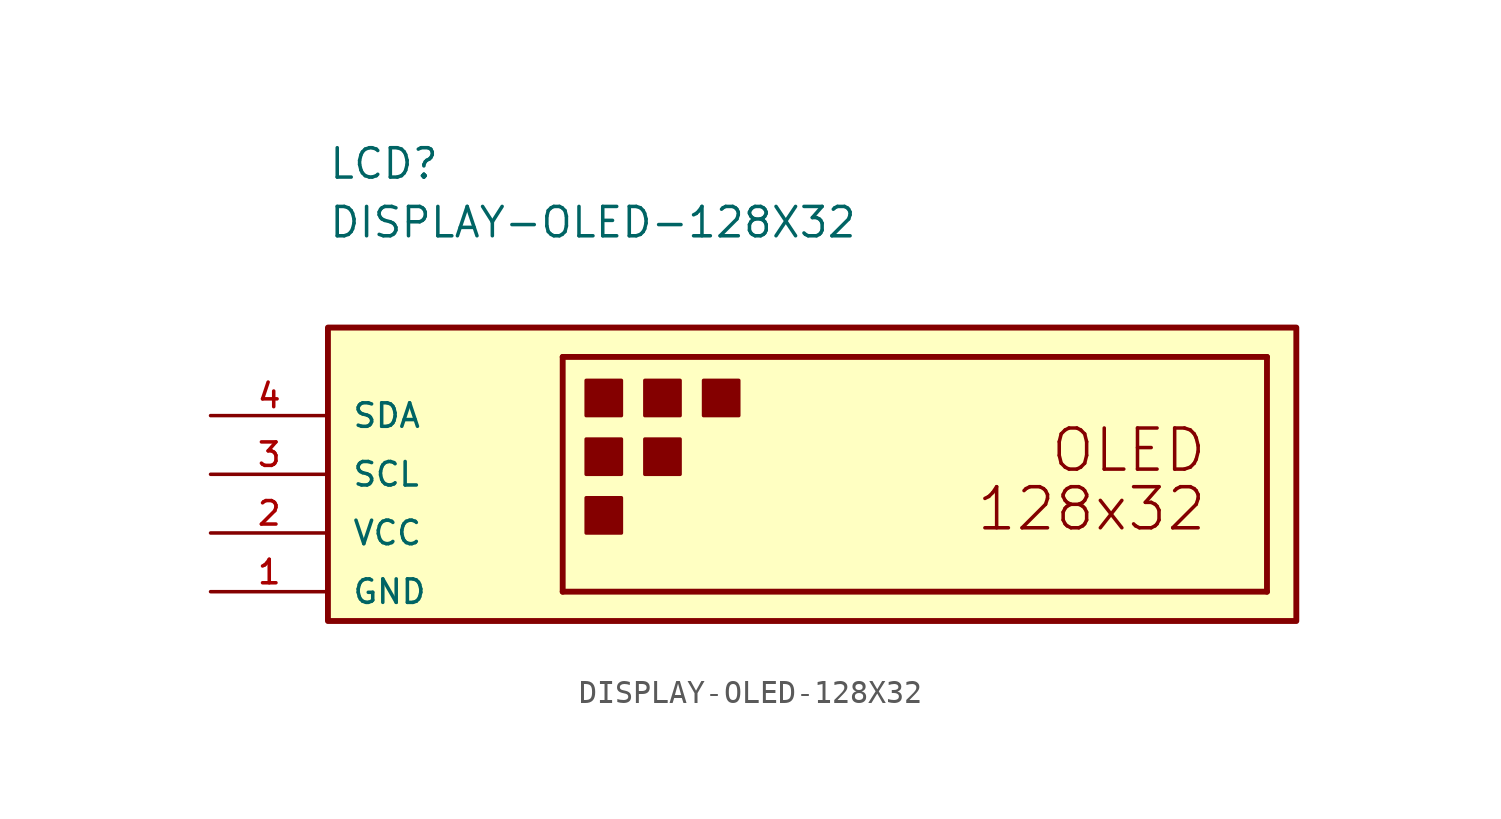
<source format=kicad_sym>
(kicad_symbol_lib
  (version 20211014)
  (generator kicad_symbol_editor)
  (symbol "DISPLAY-OLED-128X32"
    (pin_names
      (offset 1.016))
    (property "Reference" "LCD"
      (at -25.4 12.7 0)
      (effects (font (size 1.27 1.27)) (justify left bottom)))
    (property "Value" "DISPLAY-OLED-128X32"
      (at -25.4 10.16 0)
      (effects (font (size 1.27 1.27)) (justify left bottom)))
    (symbol "DISPLAY-OLED-128X32_0_0"
      (rectangle (start -14.224 -2.54) (end -12.7 -1.016) (stroke (width 0) (type default) (color 0 0 0 0)) (fill (type outline)))
      (rectangle (start -14.224 0) (end -12.7 1.524) (stroke (width 0) (type default) (color 0 0 0 0)) (fill (type outline)))
      (rectangle (start -14.224 2.54) (end -12.7 4.064) (stroke (width 0) (type default) (color 0 0 0 0)) (fill (type outline)))
      (rectangle (start -11.684 0) (end -10.16 1.524) (stroke (width 0) (type default) (color 0 0 0 0)) (fill (type outline)))
      (rectangle (start -11.684 2.54) (end -10.16 4.064) (stroke (width 0) (type default) (color 0 0 0 0)) (fill (type outline)))
      (rectangle (start -9.144 2.54) (end -7.62 4.064) (stroke (width 0) (type default) (color 0 0 0 0)) (fill (type outline)))
      (polyline (pts (xy -15.24 -5.08) (xy -15.24 5.08)) (stroke (width 0.254) (type default) (color 0 0 0 0)) (fill (type none)))
      (polyline (pts (xy -15.24 5.08) (xy 15.24 5.08)) (stroke (width 0.254) (type default) (color 0 0 0 0)) (fill (type none)))
      (polyline (pts (xy 15.24 -5.08) (xy -15.24 -5.08)) (stroke (width 0.254) (type default) (color 0 0 0 0)) (fill (type none)))
      (polyline (pts (xy 15.24 5.08) (xy 15.24 -5.08)) (stroke (width 0.254) (type default) (color 0 0 0 0)) (fill (type none)))
      (text "128x32" (at 12.7 -2.54 0) (effects (font (size 1.778 1.778)) (justify right bottom)))
      (text "OLED" (at 12.7 0 0) (effects (font (size 1.778 1.778)) (justify right bottom)))
      (pin power_in line (at -30.48 -5.08 0) (length 5.08) (name "GND" (effects (font (size 1.016 1.016)))) (number "1" (effects (font (size 1.016 1.016)))))
      (pin power_in line (at -30.48 -2.54 0) (length 5.08) (name "VCC" (effects (font (size 1.016 1.016)))) (number "2" (effects (font (size 1.016 1.016)))))
      (pin bidirectional line (at -30.48 0 0) (length 5.08) (name "SCL" (effects (font (size 1.016 1.016)))) (number "3" (effects (font (size 1.016 1.016)))))
      (pin bidirectional line (at -30.48 2.54 0) (length 5.08) (name "SDA" (effects (font (size 1.016 1.016)))) (number "4" (effects (font (size 1.016 1.016))))))
    (symbol "DISPLAY-OLED-128X32_1_1"
      (rectangle (start -25.4 6.35) (end 16.51 -6.35) (stroke (width 0.254) (type default) (color 0 0 0 0)) (fill (type background))))))
</source>
